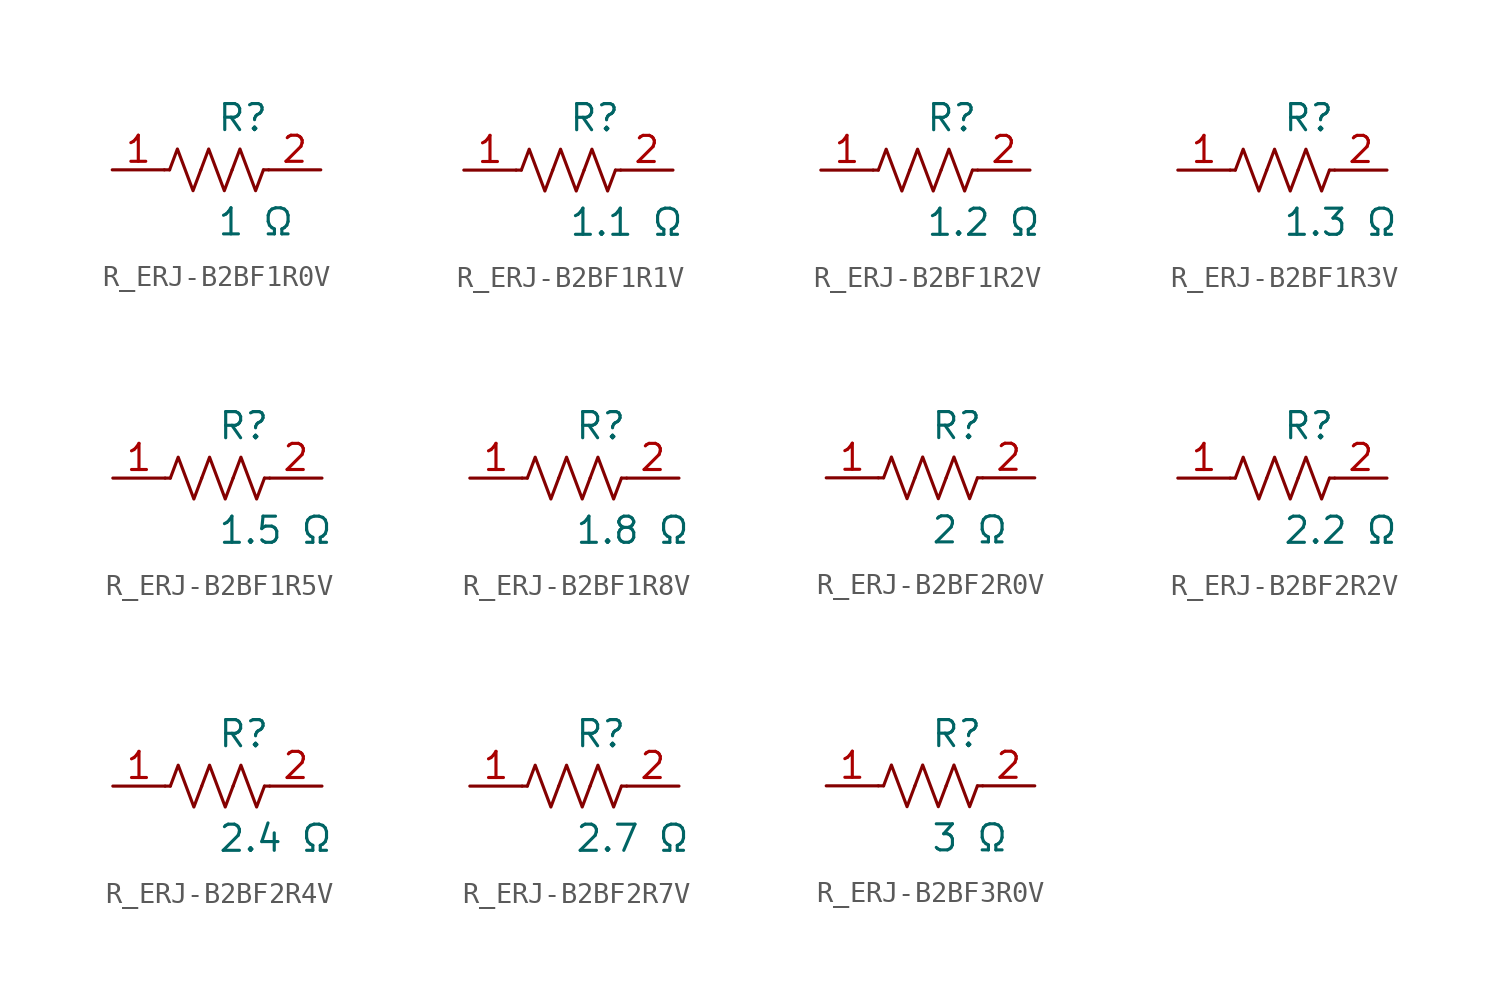
<source format=kicad_sym>
(kicad_symbol_lib
  (version 20231120)
  (generator kicad_symbol_editor)
  (generator_version 8.0)
  (symbol "R_ERJ-B2BF1R0V"
    (pin_names
      (offset 0.254))
    (property "Reference" "R"
      (at 0 2.54 0)
      (effects (font (size 1.27 1.27)) (justify left)))
    (property "Value" "1 Ω"
      (at 0 -2.54 0)
      (effects (font (size 1.27 1.27)) (justify left)))
    (symbol "R_ERJ-B2BF1R0V_0_1"
      (polyline (pts (xy 2.286 0) (xy 2.54 0)) (stroke (width 0) (type default)) (fill (type none)))
      (polyline (pts (xy -2.286 0) (xy -2.54 0)) (stroke (width 0) (type default)) (fill (type none)))
      (polyline (pts (xy 0.762 0) (xy 1.143 1.016) (xy 1.524 0) (xy 1.905 -1.016) (xy 2.286 0)) (stroke (width 0) (type default)) (fill (type none)))
      (polyline (pts (xy -0.762 0) (xy -0.381 1.016) (xy 0 0) (xy 0.381 -1.016) (xy 0.762 0)) (stroke (width 0) (type default)) (fill (type none)))
      (polyline (pts (xy -2.286 0) (xy -1.905 1.016) (xy -1.524 0) (xy -1.143 -1.016) (xy -0.762 0)) (stroke (width 0) (type default)) (fill (type none))))
    (pin passive line
      (at -5.08 0 0)
      (length 2.54)
      (name "" (effects (font (size 1.27 1.27))))
      (number "1" (effects (font (size 1.27 1.27)))))
    (pin passive line
      (at 5.08 0 180)
      (length 2.54)
      (name "" (effects (font (size 1.27 1.27))))
      (number "2" (effects (font (size 1.27 1.27))))))
  (symbol "R_ERJ-B2BF1R1V"
    (pin_names
      (offset 0.254))
    (property "Reference" "R"
      (at 0 2.54 0)
      (effects (font (size 1.27 1.27)) (justify left)))
    (property "Value" "1.1 Ω"
      (at 0 -2.54 0)
      (effects (font (size 1.27 1.27)) (justify left)))
    (symbol "R_ERJ-B2BF1R1V_0_1"
      (polyline (pts (xy 2.286 0) (xy 2.54 0)) (stroke (width 0) (type default)) (fill (type none)))
      (polyline (pts (xy -2.286 0) (xy -2.54 0)) (stroke (width 0) (type default)) (fill (type none)))
      (polyline (pts (xy 0.762 0) (xy 1.143 1.016) (xy 1.524 0) (xy 1.905 -1.016) (xy 2.286 0)) (stroke (width 0) (type default)) (fill (type none)))
      (polyline (pts (xy -0.762 0) (xy -0.381 1.016) (xy 0 0) (xy 0.381 -1.016) (xy 0.762 0)) (stroke (width 0) (type default)) (fill (type none)))
      (polyline (pts (xy -2.286 0) (xy -1.905 1.016) (xy -1.524 0) (xy -1.143 -1.016) (xy -0.762 0)) (stroke (width 0) (type default)) (fill (type none))))
    (pin passive line
      (at -5.08 0 0)
      (length 2.54)
      (name "" (effects (font (size 1.27 1.27))))
      (number "1" (effects (font (size 1.27 1.27)))))
    (pin passive line
      (at 5.08 0 180)
      (length 2.54)
      (name "" (effects (font (size 1.27 1.27))))
      (number "2" (effects (font (size 1.27 1.27))))))
  (symbol "R_ERJ-B2BF1R2V"
    (pin_names
      (offset 0.254))
    (property "Reference" "R"
      (at 0 2.54 0)
      (effects (font (size 1.27 1.27)) (justify left)))
    (property "Value" "1.2 Ω"
      (at 0 -2.54 0)
      (effects (font (size 1.27 1.27)) (justify left)))
    (symbol "R_ERJ-B2BF1R2V_0_1"
      (polyline (pts (xy 2.286 0) (xy 2.54 0)) (stroke (width 0) (type default)) (fill (type none)))
      (polyline (pts (xy -2.286 0) (xy -2.54 0)) (stroke (width 0) (type default)) (fill (type none)))
      (polyline (pts (xy 0.762 0) (xy 1.143 1.016) (xy 1.524 0) (xy 1.905 -1.016) (xy 2.286 0)) (stroke (width 0) (type default)) (fill (type none)))
      (polyline (pts (xy -0.762 0) (xy -0.381 1.016) (xy 0 0) (xy 0.381 -1.016) (xy 0.762 0)) (stroke (width 0) (type default)) (fill (type none)))
      (polyline (pts (xy -2.286 0) (xy -1.905 1.016) (xy -1.524 0) (xy -1.143 -1.016) (xy -0.762 0)) (stroke (width 0) (type default)) (fill (type none))))
    (pin passive line
      (at -5.08 0 0)
      (length 2.54)
      (name "" (effects (font (size 1.27 1.27))))
      (number "1" (effects (font (size 1.27 1.27)))))
    (pin passive line
      (at 5.08 0 180)
      (length 2.54)
      (name "" (effects (font (size 1.27 1.27))))
      (number "2" (effects (font (size 1.27 1.27))))))
  (symbol "R_ERJ-B2BF1R3V"
    (pin_names
      (offset 0.254))
    (property "Reference" "R"
      (at 0 2.54 0)
      (effects (font (size 1.27 1.27)) (justify left)))
    (property "Value" "1.3 Ω"
      (at 0 -2.54 0)
      (effects (font (size 1.27 1.27)) (justify left)))
    (symbol "R_ERJ-B2BF1R3V_0_1"
      (polyline (pts (xy 2.286 0) (xy 2.54 0)) (stroke (width 0) (type default)) (fill (type none)))
      (polyline (pts (xy -2.286 0) (xy -2.54 0)) (stroke (width 0) (type default)) (fill (type none)))
      (polyline (pts (xy 0.762 0) (xy 1.143 1.016) (xy 1.524 0) (xy 1.905 -1.016) (xy 2.286 0)) (stroke (width 0) (type default)) (fill (type none)))
      (polyline (pts (xy -0.762 0) (xy -0.381 1.016) (xy 0 0) (xy 0.381 -1.016) (xy 0.762 0)) (stroke (width 0) (type default)) (fill (type none)))
      (polyline (pts (xy -2.286 0) (xy -1.905 1.016) (xy -1.524 0) (xy -1.143 -1.016) (xy -0.762 0)) (stroke (width 0) (type default)) (fill (type none))))
    (pin passive line
      (at -5.08 0 0)
      (length 2.54)
      (name "" (effects (font (size 1.27 1.27))))
      (number "1" (effects (font (size 1.27 1.27)))))
    (pin passive line
      (at 5.08 0 180)
      (length 2.54)
      (name "" (effects (font (size 1.27 1.27))))
      (number "2" (effects (font (size 1.27 1.27))))))
  (symbol "R_ERJ-B2BF1R5V"
    (pin_names
      (offset 0.254))
    (property "Reference" "R"
      (at 0 2.54 0)
      (effects (font (size 1.27 1.27)) (justify left)))
    (property "Value" "1.5 Ω"
      (at 0 -2.54 0)
      (effects (font (size 1.27 1.27)) (justify left)))
    (symbol "R_ERJ-B2BF1R5V_0_1"
      (polyline (pts (xy 2.286 0) (xy 2.54 0)) (stroke (width 0) (type default)) (fill (type none)))
      (polyline (pts (xy -2.286 0) (xy -2.54 0)) (stroke (width 0) (type default)) (fill (type none)))
      (polyline (pts (xy 0.762 0) (xy 1.143 1.016) (xy 1.524 0) (xy 1.905 -1.016) (xy 2.286 0)) (stroke (width 0) (type default)) (fill (type none)))
      (polyline (pts (xy -0.762 0) (xy -0.381 1.016) (xy 0 0) (xy 0.381 -1.016) (xy 0.762 0)) (stroke (width 0) (type default)) (fill (type none)))
      (polyline (pts (xy -2.286 0) (xy -1.905 1.016) (xy -1.524 0) (xy -1.143 -1.016) (xy -0.762 0)) (stroke (width 0) (type default)) (fill (type none))))
    (pin passive line
      (at -5.08 0 0)
      (length 2.54)
      (name "" (effects (font (size 1.27 1.27))))
      (number "1" (effects (font (size 1.27 1.27)))))
    (pin passive line
      (at 5.08 0 180)
      (length 2.54)
      (name "" (effects (font (size 1.27 1.27))))
      (number "2" (effects (font (size 1.27 1.27))))))
  (symbol "R_ERJ-B2BF1R8V"
    (pin_names
      (offset 0.254))
    (property "Reference" "R"
      (at 0 2.54 0)
      (effects (font (size 1.27 1.27)) (justify left)))
    (property "Value" "1.8 Ω"
      (at 0 -2.54 0)
      (effects (font (size 1.27 1.27)) (justify left)))
    (symbol "R_ERJ-B2BF1R8V_0_1"
      (polyline (pts (xy 2.286 0) (xy 2.54 0)) (stroke (width 0) (type default)) (fill (type none)))
      (polyline (pts (xy -2.286 0) (xy -2.54 0)) (stroke (width 0) (type default)) (fill (type none)))
      (polyline (pts (xy 0.762 0) (xy 1.143 1.016) (xy 1.524 0) (xy 1.905 -1.016) (xy 2.286 0)) (stroke (width 0) (type default)) (fill (type none)))
      (polyline (pts (xy -0.762 0) (xy -0.381 1.016) (xy 0 0) (xy 0.381 -1.016) (xy 0.762 0)) (stroke (width 0) (type default)) (fill (type none)))
      (polyline (pts (xy -2.286 0) (xy -1.905 1.016) (xy -1.524 0) (xy -1.143 -1.016) (xy -0.762 0)) (stroke (width 0) (type default)) (fill (type none))))
    (pin passive line
      (at -5.08 0 0)
      (length 2.54)
      (name "" (effects (font (size 1.27 1.27))))
      (number "1" (effects (font (size 1.27 1.27)))))
    (pin passive line
      (at 5.08 0 180)
      (length 2.54)
      (name "" (effects (font (size 1.27 1.27))))
      (number "2" (effects (font (size 1.27 1.27))))))
  (symbol "R_ERJ-B2BF2R0V"
    (pin_names
      (offset 0.254))
    (property "Reference" "R"
      (at 0 2.54 0)
      (effects (font (size 1.27 1.27)) (justify left)))
    (property "Value" "2 Ω"
      (at 0 -2.54 0)
      (effects (font (size 1.27 1.27)) (justify left)))
    (symbol "R_ERJ-B2BF2R0V_0_1"
      (polyline (pts (xy 2.286 0) (xy 2.54 0)) (stroke (width 0) (type default)) (fill (type none)))
      (polyline (pts (xy -2.286 0) (xy -2.54 0)) (stroke (width 0) (type default)) (fill (type none)))
      (polyline (pts (xy 0.762 0) (xy 1.143 1.016) (xy 1.524 0) (xy 1.905 -1.016) (xy 2.286 0)) (stroke (width 0) (type default)) (fill (type none)))
      (polyline (pts (xy -0.762 0) (xy -0.381 1.016) (xy 0 0) (xy 0.381 -1.016) (xy 0.762 0)) (stroke (width 0) (type default)) (fill (type none)))
      (polyline (pts (xy -2.286 0) (xy -1.905 1.016) (xy -1.524 0) (xy -1.143 -1.016) (xy -0.762 0)) (stroke (width 0) (type default)) (fill (type none))))
    (pin passive line
      (at -5.08 0 0)
      (length 2.54)
      (name "" (effects (font (size 1.27 1.27))))
      (number "1" (effects (font (size 1.27 1.27)))))
    (pin passive line
      (at 5.08 0 180)
      (length 2.54)
      (name "" (effects (font (size 1.27 1.27))))
      (number "2" (effects (font (size 1.27 1.27))))))
  (symbol "R_ERJ-B2BF2R2V"
    (pin_names
      (offset 0.254))
    (property "Reference" "R"
      (at 0 2.54 0)
      (effects (font (size 1.27 1.27)) (justify left)))
    (property "Value" "2.2 Ω"
      (at 0 -2.54 0)
      (effects (font (size 1.27 1.27)) (justify left)))
    (symbol "R_ERJ-B2BF2R2V_0_1"
      (polyline (pts (xy 2.286 0) (xy 2.54 0)) (stroke (width 0) (type default)) (fill (type none)))
      (polyline (pts (xy -2.286 0) (xy -2.54 0)) (stroke (width 0) (type default)) (fill (type none)))
      (polyline (pts (xy 0.762 0) (xy 1.143 1.016) (xy 1.524 0) (xy 1.905 -1.016) (xy 2.286 0)) (stroke (width 0) (type default)) (fill (type none)))
      (polyline (pts (xy -0.762 0) (xy -0.381 1.016) (xy 0 0) (xy 0.381 -1.016) (xy 0.762 0)) (stroke (width 0) (type default)) (fill (type none)))
      (polyline (pts (xy -2.286 0) (xy -1.905 1.016) (xy -1.524 0) (xy -1.143 -1.016) (xy -0.762 0)) (stroke (width 0) (type default)) (fill (type none))))
    (pin passive line
      (at -5.08 0 0)
      (length 2.54)
      (name "" (effects (font (size 1.27 1.27))))
      (number "1" (effects (font (size 1.27 1.27)))))
    (pin passive line
      (at 5.08 0 180)
      (length 2.54)
      (name "" (effects (font (size 1.27 1.27))))
      (number "2" (effects (font (size 1.27 1.27))))))
  (symbol "R_ERJ-B2BF2R4V"
    (pin_names
      (offset 0.254))
    (property "Reference" "R"
      (at 0 2.54 0)
      (effects (font (size 1.27 1.27)) (justify left)))
    (property "Value" "2.4 Ω"
      (at 0 -2.54 0)
      (effects (font (size 1.27 1.27)) (justify left)))
    (symbol "R_ERJ-B2BF2R4V_0_1"
      (polyline (pts (xy 2.286 0) (xy 2.54 0)) (stroke (width 0) (type default)) (fill (type none)))
      (polyline (pts (xy -2.286 0) (xy -2.54 0)) (stroke (width 0) (type default)) (fill (type none)))
      (polyline (pts (xy 0.762 0) (xy 1.143 1.016) (xy 1.524 0) (xy 1.905 -1.016) (xy 2.286 0)) (stroke (width 0) (type default)) (fill (type none)))
      (polyline (pts (xy -0.762 0) (xy -0.381 1.016) (xy 0 0) (xy 0.381 -1.016) (xy 0.762 0)) (stroke (width 0) (type default)) (fill (type none)))
      (polyline (pts (xy -2.286 0) (xy -1.905 1.016) (xy -1.524 0) (xy -1.143 -1.016) (xy -0.762 0)) (stroke (width 0) (type default)) (fill (type none))))
    (pin passive line
      (at -5.08 0 0)
      (length 2.54)
      (name "" (effects (font (size 1.27 1.27))))
      (number "1" (effects (font (size 1.27 1.27)))))
    (pin passive line
      (at 5.08 0 180)
      (length 2.54)
      (name "" (effects (font (size 1.27 1.27))))
      (number "2" (effects (font (size 1.27 1.27))))))
  (symbol "R_ERJ-B2BF2R7V"
    (pin_names
      (offset 0.254))
    (property "Reference" "R"
      (at 0 2.54 0)
      (effects (font (size 1.27 1.27)) (justify left)))
    (property "Value" "2.7 Ω"
      (at 0 -2.54 0)
      (effects (font (size 1.27 1.27)) (justify left)))
    (symbol "R_ERJ-B2BF2R7V_0_1"
      (polyline (pts (xy 2.286 0) (xy 2.54 0)) (stroke (width 0) (type default)) (fill (type none)))
      (polyline (pts (xy -2.286 0) (xy -2.54 0)) (stroke (width 0) (type default)) (fill (type none)))
      (polyline (pts (xy 0.762 0) (xy 1.143 1.016) (xy 1.524 0) (xy 1.905 -1.016) (xy 2.286 0)) (stroke (width 0) (type default)) (fill (type none)))
      (polyline (pts (xy -0.762 0) (xy -0.381 1.016) (xy 0 0) (xy 0.381 -1.016) (xy 0.762 0)) (stroke (width 0) (type default)) (fill (type none)))
      (polyline (pts (xy -2.286 0) (xy -1.905 1.016) (xy -1.524 0) (xy -1.143 -1.016) (xy -0.762 0)) (stroke (width 0) (type default)) (fill (type none))))
    (pin passive line
      (at -5.08 0 0)
      (length 2.54)
      (name "" (effects (font (size 1.27 1.27))))
      (number "1" (effects (font (size 1.27 1.27)))))
    (pin passive line
      (at 5.08 0 180)
      (length 2.54)
      (name "" (effects (font (size 1.27 1.27))))
      (number "2" (effects (font (size 1.27 1.27))))))
  (symbol "R_ERJ-B2BF3R0V"
    (pin_names
      (offset 0.254))
    (property "Reference" "R"
      (at 0 2.54 0)
      (effects (font (size 1.27 1.27)) (justify left)))
    (property "Value" "3 Ω"
      (at 0 -2.54 0)
      (effects (font (size 1.27 1.27)) (justify left)))
    (symbol "R_ERJ-B2BF3R0V_0_1"
      (polyline (pts (xy 2.286 0) (xy 2.54 0)) (stroke (width 0) (type default)) (fill (type none)))
      (polyline (pts (xy -2.286 0) (xy -2.54 0)) (stroke (width 0) (type default)) (fill (type none)))
      (polyline (pts (xy 0.762 0) (xy 1.143 1.016) (xy 1.524 0) (xy 1.905 -1.016) (xy 2.286 0)) (stroke (width 0) (type default)) (fill (type none)))
      (polyline (pts (xy -0.762 0) (xy -0.381 1.016) (xy 0 0) (xy 0.381 -1.016) (xy 0.762 0)) (stroke (width 0) (type default)) (fill (type none)))
      (polyline (pts (xy -2.286 0) (xy -1.905 1.016) (xy -1.524 0) (xy -1.143 -1.016) (xy -0.762 0)) (stroke (width 0) (type default)) (fill (type none))))
    (pin passive line
      (at -5.08 0 0)
      (length 2.54)
      (name "" (effects (font (size 1.27 1.27))))
      (number "1" (effects (font (size 1.27 1.27)))))
    (pin passive line
      (at 5.08 0 180)
      (length 2.54)
      (name "" (effects (font (size 1.27 1.27))))
      (number "2" (effects (font (size 1.27 1.27)))))))
</source>
